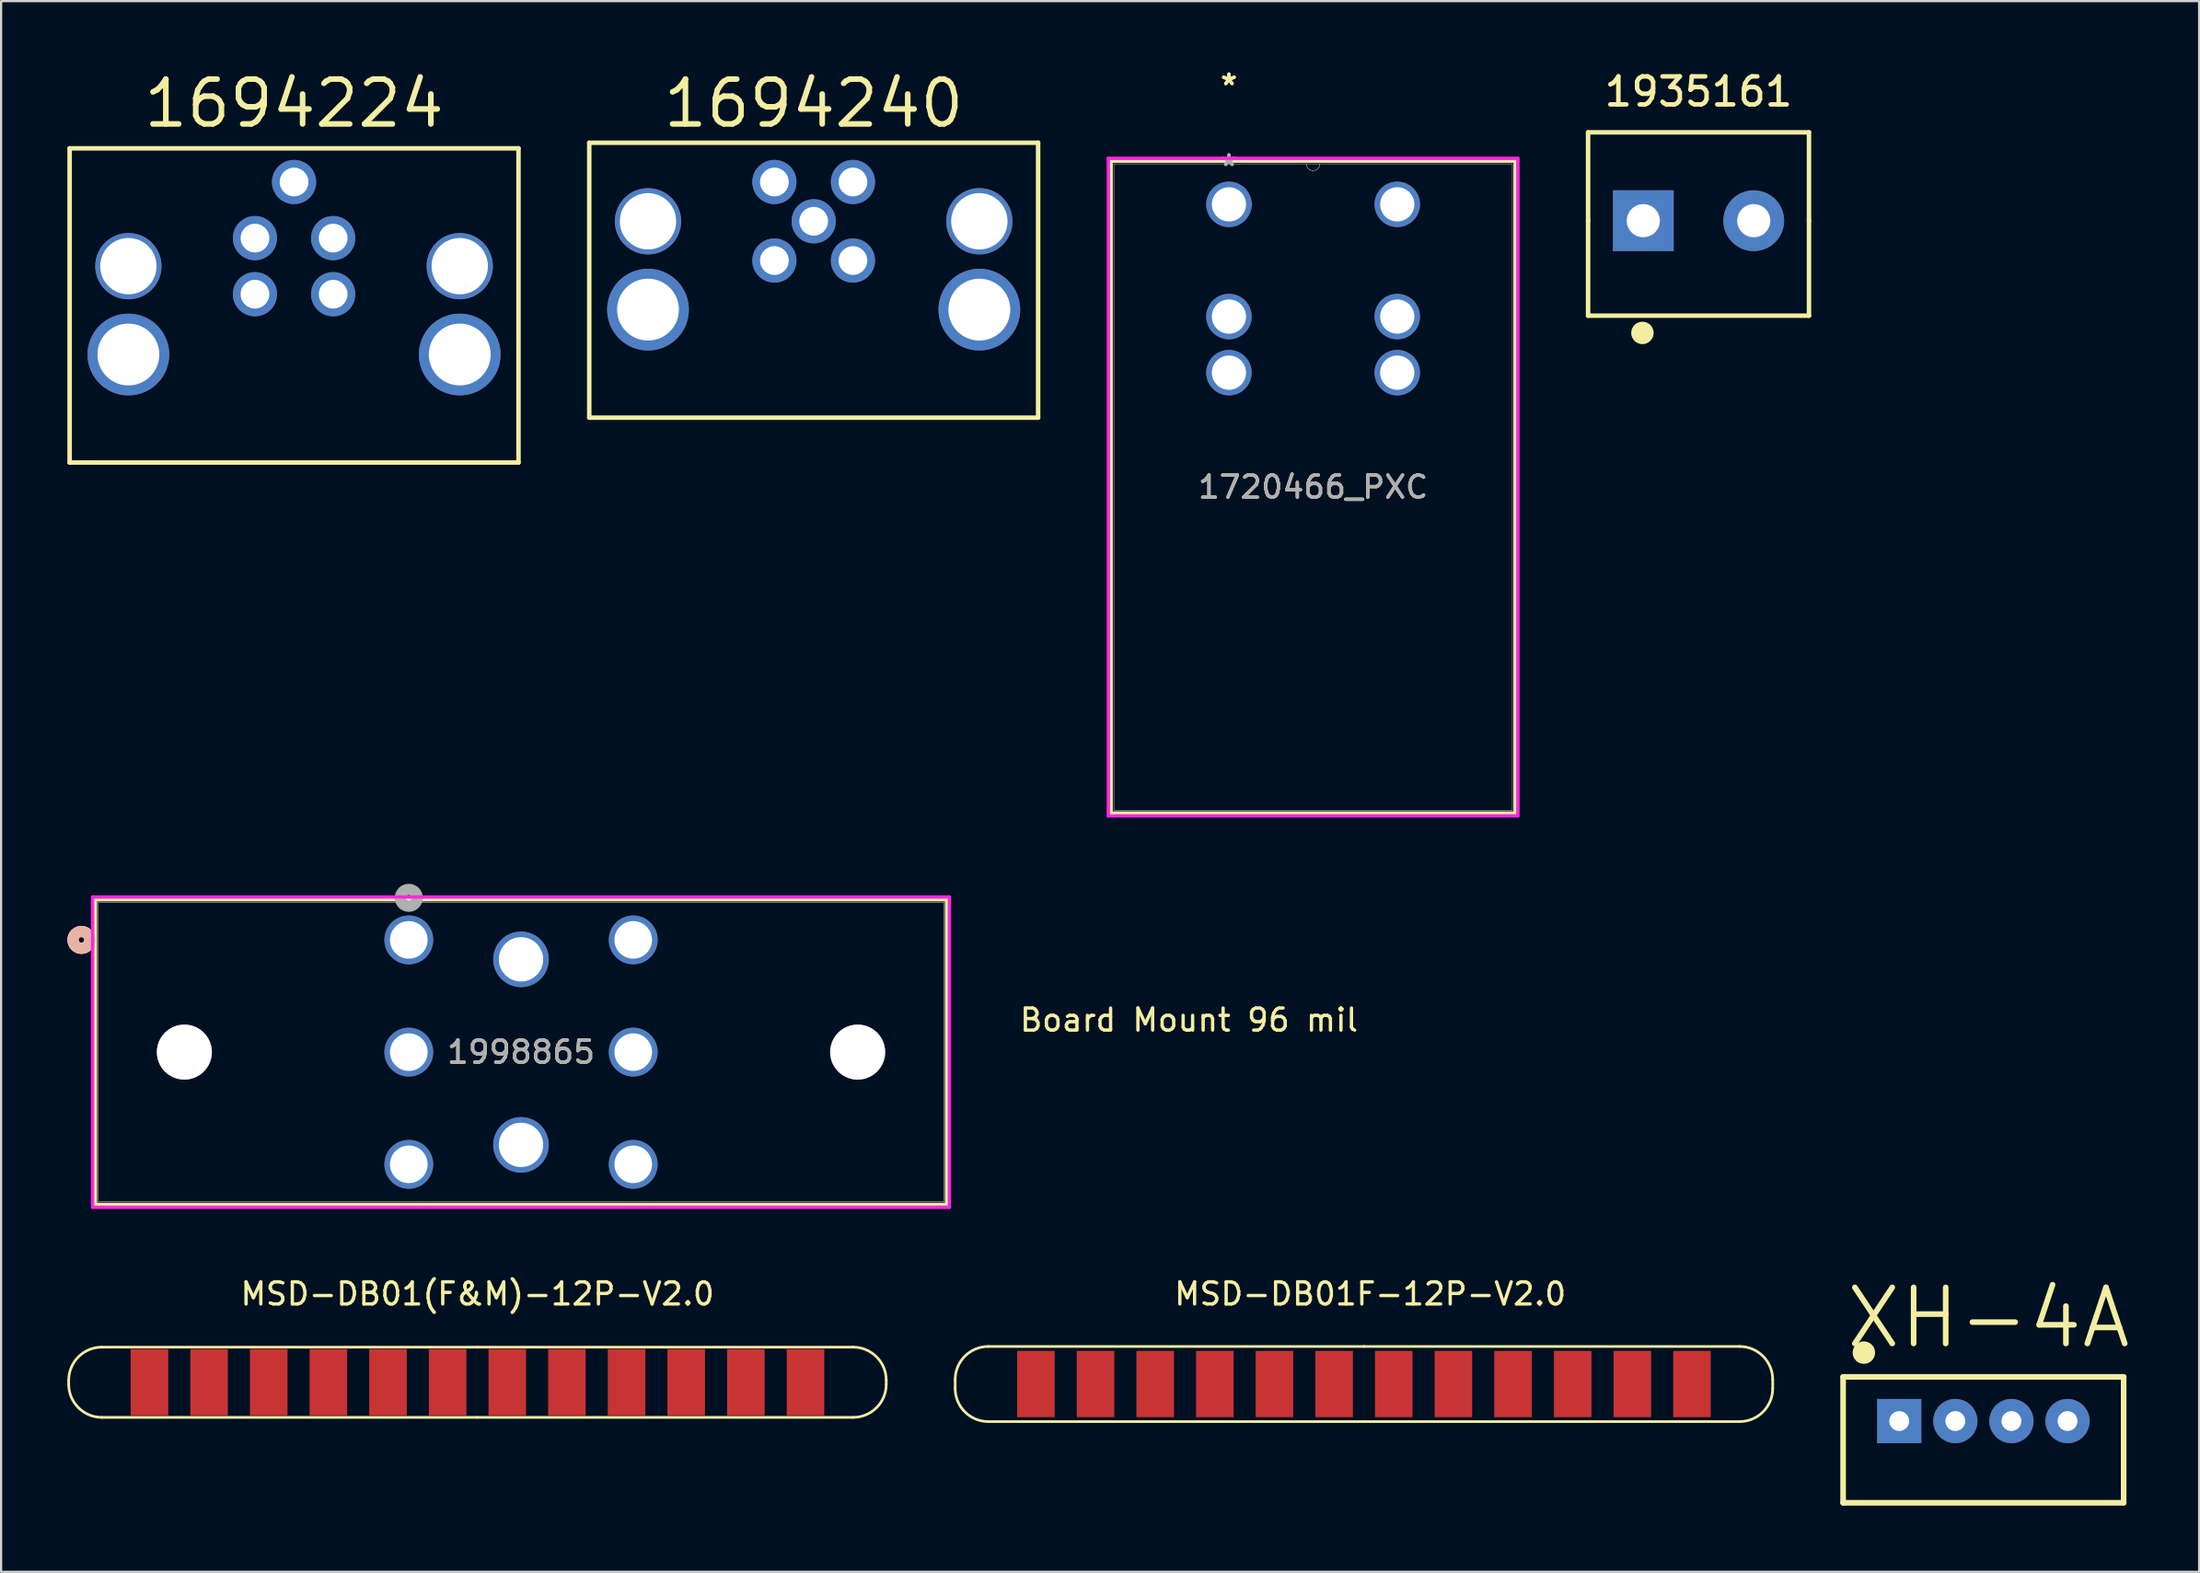
<source format=kicad_pcb>
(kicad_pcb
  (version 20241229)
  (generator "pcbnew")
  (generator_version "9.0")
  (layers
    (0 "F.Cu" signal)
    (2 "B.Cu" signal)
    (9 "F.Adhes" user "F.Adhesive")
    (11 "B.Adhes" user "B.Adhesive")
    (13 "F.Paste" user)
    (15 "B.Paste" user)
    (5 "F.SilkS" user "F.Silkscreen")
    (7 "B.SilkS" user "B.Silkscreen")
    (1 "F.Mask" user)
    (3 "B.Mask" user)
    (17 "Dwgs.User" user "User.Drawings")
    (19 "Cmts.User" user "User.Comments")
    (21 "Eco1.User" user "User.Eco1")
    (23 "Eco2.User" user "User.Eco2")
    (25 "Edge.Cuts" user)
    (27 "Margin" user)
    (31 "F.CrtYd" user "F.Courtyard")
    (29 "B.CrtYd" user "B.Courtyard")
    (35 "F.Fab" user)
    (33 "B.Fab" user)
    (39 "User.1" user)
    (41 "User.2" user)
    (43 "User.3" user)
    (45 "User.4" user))
  (footprint "1998865"
    (layer "F.Cu")
    (at 15.456 39.503)
    (property "Reference" "1998865" (at 5.08 5.08 0) (unlocked yes) (layer "F.SilkS") (effects (font (size 1 1) (thickness 0.15))))
    (attr through_hole)
    (fp_line (start -14.186 -1.816) (end -14.186 11.976) (stroke (width 0.152) (type solid)) (layer "F.SilkS"))
    (fp_line (start -14.186 11.976) (end 24.346 11.976) (stroke (width 0.152) (type solid)) (layer "F.SilkS"))
    (fp_line (start 24.346 -1.816) (end -14.186 -1.816) (stroke (width 0.152) (type solid)) (layer "F.SilkS"))
    (fp_line (start 24.346 11.976) (end 24.346 -1.816) (stroke (width 0.152) (type solid)) (layer "F.SilkS"))
    (fp_circle (center -14.821 0) (end -14.44 0) (stroke (width 0.508) (type solid)) (fill no) (layer "F.SilkS"))
    (fp_circle (center -14.821 0) (end -14.44 0) (stroke (width 0.508) (type solid)) (fill no) (layer "B.SilkS"))
    (fp_line (start -14.313 -1.943) (end -14.313 12.103) (stroke (width 0.152) (type solid)) (layer "F.CrtYd"))
    (fp_line (start -14.313 12.103) (end 24.473 12.103) (stroke (width 0.152) (type solid)) (layer "F.CrtYd"))
    (fp_line (start 24.473 -1.943) (end -14.313 -1.943) (stroke (width 0.152) (type solid)) (layer "F.CrtYd"))
    (fp_line (start 24.473 12.103) (end 24.473 -1.943) (stroke (width 0.152) (type solid)) (layer "F.CrtYd"))
    (fp_line (start -14.059 -1.689) (end -14.059 11.849) (stroke (width 0.025) (type solid)) (layer "F.Fab"))
    (fp_line (start -14.059 11.849) (end 24.219 11.849) (stroke (width 0.025) (type solid)) (layer "F.Fab"))
    (fp_line (start 24.219 -1.689) (end -14.059 -1.689) (stroke (width 0.025) (type solid)) (layer "F.Fab"))
    (fp_line (start 24.219 11.849) (end 24.219 -1.689) (stroke (width 0.025) (type solid)) (layer "F.Fab"))
    (fp_circle (center 0 -1.905) (end 0.381 -1.905) (stroke (width 0.508) (type solid)) (fill no) (layer "F.Fab"))
    (fp_text user "${REFERENCE}" (at 5.08 5.08 0) (unlocked yes) (layer "F.Fab") (effects (font (size 1 1) (thickness 0.15))))
    (pad "1" thru_hole circle (at 0 0) (size 2.21 2.21) (drill 1.702) (layers "*.Cu" "*.Mask"))
    (pad "2" thru_hole circle (at 0 5.08) (size 2.21 2.21) (drill 1.702) (layers "*.Cu" "*.Mask"))
    (pad "3" thru_hole circle (at 0 10.16) (size 2.21 2.21) (drill 1.702) (layers "*.Cu" "*.Mask"))
    (pad "4" thru_hole circle (at 10.16 0) (size 2.21 2.21) (drill 1.702) (layers "*.Cu" "*.Mask"))
    (pad "5" thru_hole circle (at 10.16 5.08) (size 2.21 2.21) (drill 1.702) (layers "*.Cu" "*.Mask"))
    (pad "6" thru_hole circle (at 10.16 10.16) (size 2.21 2.21) (drill 1.702) (layers "*.Cu" "*.Mask"))
    (pad "7" thru_hole circle (at -10.16 5.08) (size 2.489 2.489) (drill 2.489) (layers "*.Cu" "*.Mask"))
    (pad "8" thru_hole circle (at 20.32 5.08) (size 2.489 2.489) (drill 2.489) (layers "*.Cu" "*.Mask"))
    (pad "9" thru_hole circle (at 5.08 0.88) (size 2.515 2.515) (drill 2.007) (layers "*.Cu" "*.Mask"))
    (pad "10" thru_hole circle (at 5.08 9.28) (size 2.515 2.515) (drill 2.007) (layers "*.Cu" "*.Mask")))
  (footprint "1720466_PXC"
    (layer "F.Cu")
    (at 52.584 6.202)
    (property "Reference" "1720466_PXC" (at 3.81 12.8 0) (unlocked yes) (layer "F.SilkS") (effects (font (size 1 1) (thickness 0.15))))
    (attr through_hole)
    (fp_line (start -5.334 -1.957) (end -5.334 27.558) (stroke (width 0.152) (type solid)) (layer "F.SilkS"))
    (fp_line (start -5.334 27.558) (end 12.954 27.558) (stroke (width 0.152) (type solid)) (layer "F.SilkS"))
    (fp_line (start 12.954 -1.957) (end -5.334 -1.957) (stroke (width 0.152) (type solid)) (layer "F.SilkS"))
    (fp_line (start 12.954 27.558) (end 12.954 -1.957) (stroke (width 0.152) (type solid)) (layer "F.SilkS"))
    (fp_line (start -5.461 -2.084) (end 13.081 -2.084) (stroke (width 0.152) (type solid)) (layer "F.CrtYd"))
    (fp_line (start -5.461 27.685) (end -5.461 -2.084) (stroke (width 0.152) (type solid)) (layer "F.CrtYd"))
    (fp_line (start 13.081 -2.084) (end 13.081 27.685) (stroke (width 0.152) (type solid)) (layer "F.CrtYd"))
    (fp_line (start 13.081 27.685) (end -5.461 27.685) (stroke (width 0.152) (type solid)) (layer "F.CrtYd"))
    (fp_line (start -5.207 -1.83) (end -5.207 27.431) (stroke (width 0.025) (type solid)) (layer "F.Fab"))
    (fp_line (start -5.207 27.431) (end 12.827 27.431) (stroke (width 0.025) (type solid)) (layer "F.Fab"))
    (fp_line (start 12.827 -1.83) (end -5.207 -1.83) (stroke (width 0.025) (type solid)) (layer "F.Fab"))
    (fp_line (start 12.827 27.431) (end 12.827 -1.83) (stroke (width 0.025) (type solid)) (layer "F.Fab"))
    (fp_arc (start 4.1148 -1.83) (mid 3.81 -1.5252) (end 3.5052 -1.83) (stroke (width 0.0254) (type solid)) (layer "F.Fab"))
    (fp_circle (center 1.029 0) (end 1.029 0) (stroke (width 0.025) (type solid)) (fill no) (layer "F.Fab"))
    (fp_text user "*" (at 0 -5.353 0) (layer "F.SilkS") (effects (font (size 1 1) (thickness 0.15))))
    (fp_text user "*" (at 0 -5.353 0) (unlocked yes) (layer "F.SilkS") (effects (font (size 1 1) (thickness 0.15))))
    (fp_text user "*" (at 0 -1.693 0) (layer "F.Fab") (effects (font (size 1 1) (thickness 0.15))))
    (fp_text user "${REFERENCE}" (at 3.81 12.8 0) (unlocked yes) (layer "F.Fab") (effects (font (size 1 1) (thickness 0.15))))
    (fp_text user "*" (at 0 -1.693 0) (unlocked yes) (layer "F.Fab") (effects (font (size 1 1) (thickness 0.15))))
    (pad "1" thru_hole circle (at 0 -0.000001) (size 2.057 2.057) (drill 1.549) (layers "*.Cu" "*.Mask"))
    (pad "2" thru_hole circle (at 0 5.08) (size 2.057 2.057) (drill 1.549) (layers "*.Cu" "*.Mask"))
    (pad "3" thru_hole circle (at 0 7.62) (size 2.057 2.057) (drill 1.549) (layers "*.Cu" "*.Mask"))
    (pad "4" thru_hole circle (at 7.62 7.62) (size 2.057 2.057) (drill 1.549) (layers "*.Cu" "*.Mask"))
    (pad "5" thru_hole circle (at 7.62 5.08) (size 2.057 2.057) (drill 1.549) (layers "*.Cu" "*.Mask"))
    (pad "6" thru_hole circle (at 7.62 -0.000001) (size 2.057 2.057) (drill 1.549) (layers "*.Cu" "*.Mask")))
  (footprint "Board Mount 96 mil"
    (layer "F.Cu")
    (at 50.663 45.121)
    (property "Reference" "Board Mount 96 mil" (at 0.11 -1.99 0) (unlocked yes) (layer "F.SilkS") (effects (font (size 1 1) (thickness 0.15))))
    (attr through_hole)
    (pad "" np_thru_hole circle (at -0.06 -5.72) (size 0.001 0.001) (drill 4.877) (layers "*.Cu" "*.Mask")))
  (footprint "1935161"
    (layer "F.Cu")
    (at 73.842 6.942)
    (property "Reference" "1935161" (at 0 -5.842 0) (layer "F.SilkS") (effects (font (size 1.27 1.27) (thickness 0.203))))
    (attr through_hole)
    (fp_line (start -5 -4) (end -5 0) (stroke (width 0.203) (type solid)) (layer "F.SilkS"))
    (fp_line (start -5 0) (end -5 4.3) (stroke (width 0.203) (type solid)) (layer "F.SilkS"))
    (fp_line (start -5 4.3) (end 5 4.3) (stroke (width 0.203) (type solid)) (layer "F.SilkS"))
    (fp_line (start 5 -4) (end -5 -4) (stroke (width 0.203) (type solid)) (layer "F.SilkS"))
    (fp_line (start 5 0) (end 5 -4) (stroke (width 0.203) (type solid)) (layer "F.SilkS"))
    (fp_line (start 5 4.3) (end 5 0) (stroke (width 0.203) (type solid)) (layer "F.SilkS"))
    (fp_circle (center -2.54 5.08) (end -2.286 5.08) (stroke (width 0.508) (type solid)) (fill no) (layer "F.SilkS"))
    (pad "1" thru_hole rect (at -2.5 0) (size 2.75 2.75) (drill 1.5) (layers "*.Cu" "*.Mask"))
    (pad "2" thru_hole circle (at 2.5 0) (size 2.75 2.75) (drill 1.5) (layers "*.Cu" "*.Mask")))
  (footprint "MSD-DB01(F&M)-12P-V2.0"
    (layer "F.Cu")
    (at 3.715 59.53)
    (property "Reference" "MSD-DB01(F&M)-12P-V2.0" (at 14.85 -4 0) (unlocked yes) (layer "F.SilkS") (effects (font (size 1 1) (thickness 0.15))))
    (attr through_hole)
    (fp_line (start -3.655 0.09) (end -3.655 -0.09) (stroke (width 0.12) (type default)) (layer "F.SilkS"))
    (fp_line (start -2.155 -1.59) (end 14.85 -1.59) (stroke (width 0.12) (type default)) (layer "F.SilkS"))
    (fp_line (start -2.155 1.59) (end 14.85 1.59) (stroke (width 0.12) (type default)) (layer "F.SilkS"))
    (fp_line (start 14.85 -1.59) (end 31.855 -1.59) (stroke (width 0.12) (type default)) (layer "F.SilkS"))
    (fp_line (start 14.85 1.59) (end 31.855 1.59) (stroke (width 0.12) (type default)) (layer "F.SilkS"))
    (fp_line (start 33.355 0.09) (end 33.355 -0.09) (stroke (width 0.12) (type default)) (layer "F.SilkS"))
    (fp_arc (start -3.655 -0.09) (mid -3.21566 -1.15066) (end -2.155 -1.59) (stroke (width 0.12) (type default)) (layer "F.SilkS"))
    (fp_arc (start -2.155 1.59) (mid -3.21566 1.15066) (end -3.655 0.09) (stroke (width 0.12) (type default)) (layer "F.SilkS"))
    (fp_arc (start 31.855 -1.59) (mid 32.91566 -1.15066) (end 33.355 -0.09) (stroke (width 0.12) (type default)) (layer "F.SilkS"))
    (fp_arc (start 33.355 0.09) (mid 32.91566 1.15066) (end 31.855 1.59) (stroke (width 0.12) (type default)) (layer "F.SilkS"))
    (pad "1" smd rect (at 0 0) (size 1.7 3) (layers "F.Cu" "F.Mask" "F.Paste"))
    (pad "2" smd rect (at 2.7 0) (size 1.7 3) (layers "F.Cu" "F.Mask" "F.Paste"))
    (pad "3" smd rect (at 5.4 0) (size 1.7 3) (layers "F.Cu" "F.Mask" "F.Paste"))
    (pad "4" smd rect (at 8.1 0) (size 1.7 3) (layers "F.Cu" "F.Mask" "F.Paste"))
    (pad "5" smd rect (at 10.8 0) (size 1.7 3) (layers "F.Cu" "F.Mask" "F.Paste"))
    (pad "6" smd rect (at 13.5 0) (size 1.7 3) (layers "F.Cu" "F.Mask" "F.Paste"))
    (pad "7" smd rect (at 16.2 0) (size 1.7 3) (layers "F.Cu" "F.Mask" "F.Paste"))
    (pad "8" smd rect (at 18.9 0) (size 1.7 3) (layers "F.Cu" "F.Mask" "F.Paste"))
    (pad "9" smd rect (at 21.6 0) (size 1.7 3) (layers "F.Cu" "F.Mask" "F.Paste"))
    (pad "10" smd rect (at 24.3 0) (size 1.7 3) (layers "F.Cu" "F.Mask" "F.Paste"))
    (pad "11" smd rect (at 27 0) (size 1.7 3) (layers "F.Cu" "F.Mask" "F.Paste"))
    (pad "12" smd rect (at 29.7 0) (size 1.7 3) (layers "F.Cu" "F.Mask" "F.Paste")))
  (footprint "1694224"
    (layer "F.Cu")
    (at 10.262 9)
    (property "Reference" "1694224" (at 0 -7.366 0) (layer "F.SilkS") (effects (font (size 2.032 2.032) (thickness 0.254))))
    (attr through_hole)
    (fp_line (start -10.16 -5.334) (end -10.16 8.89) (stroke (width 0.203) (type solid)) (layer "F.SilkS"))
    (fp_line (start -10.16 8.89) (end 10.16 8.89) (stroke (width 0.203) (type solid)) (layer "F.SilkS"))
    (fp_line (start 10.16 -5.334) (end -10.16 -5.334) (stroke (width 0.203) (type solid)) (layer "F.SilkS"))
    (fp_line (start 10.16 -5.334) (end 10.16 8.89) (stroke (width 0.203) (type solid)) (layer "F.SilkS"))
    (pad "" thru_hole circle (at -7.5 0) (size 3 3) (drill 2.55) (layers "*.Cu" "*.Mask"))
    (pad "" thru_hole circle (at -7.5 4) (size 3.7 3.7) (drill 2.8) (layers "*.Cu" "*.Mask"))
    (pad "" thru_hole circle (at 7.5 0) (size 3 3) (drill 2.55) (layers "*.Cu" "*.Mask"))
    (pad "" thru_hole circle (at 7.5 4) (size 3.7 3.7) (drill 2.8) (layers "*.Cu" "*.Mask"))
    (pad "1" thru_hole circle (at 1.77 -1.27) (size 2 2) (drill 1.3) (layers "*.Cu" "*.Mask"))
    (pad "2" thru_hole circle (at -1.77 -1.27) (size 2 2) (drill 1.3) (layers "*.Cu" "*.Mask"))
    (pad "3" thru_hole circle (at -1.77 1.27) (size 2 2) (drill 1.3) (layers "*.Cu" "*.Mask"))
    (pad "4" thru_hole circle (at 1.77 1.27) (size 2 2) (drill 1.3) (layers "*.Cu" "*.Mask"))
    (pad "5" thru_hole circle (at 0 -3.81) (size 2 2) (drill 1.3) (layers "*.Cu" "*.Mask")))
  (footprint "MSD-DB01F-12P-V2.0"
    (layer "F.Cu")
    (at 43.845 59.61)
    (property "Reference" "MSD-DB01F-12P-V2.0" (at 15.136 -4.08 0) (unlocked yes) (layer "F.SilkS") (effects (font (size 1 1) (thickness 0.15))))
    (attr through_hole)
    (fp_line (start -3.655 0.2) (end -3.655 -0.2) (stroke (width 0.12) (type default)) (layer "F.SilkS"))
    (fp_line (start -2.155 -1.7) (end 14.85 -1.7) (stroke (width 0.12) (type default)) (layer "F.SilkS"))
    (fp_line (start -2.155 1.7) (end 14.85 1.7) (stroke (width 0.12) (type default)) (layer "F.SilkS"))
    (fp_line (start 14.85 -1.7) (end 31.855 -1.7) (stroke (width 0.12) (type default)) (layer "F.SilkS"))
    (fp_line (start 14.85 1.7) (end 31.855 1.7) (stroke (width 0.12) (type default)) (layer "F.SilkS"))
    (fp_line (start 33.355 0.2) (end 33.355 -0.2) (stroke (width 0.12) (type default)) (layer "F.SilkS"))
    (fp_arc (start -3.655 -0.2) (mid -3.21566 -1.26066) (end -2.155 -1.7) (stroke (width 0.12) (type default)) (layer "F.SilkS"))
    (fp_arc (start -2.155 1.7) (mid -3.21566 1.26066) (end -3.655 0.2) (stroke (width 0.12) (type default)) (layer "F.SilkS"))
    (fp_arc (start 31.855 -1.7) (mid 32.91566 -1.26066) (end 33.355 -0.2) (stroke (width 0.12) (type default)) (layer "F.SilkS"))
    (fp_arc (start 33.355 0.2) (mid 32.91566 1.26066) (end 31.855 1.7) (stroke (width 0.12) (type default)) (layer "F.SilkS"))
    (pad "1" smd rect (at 0 0) (size 1.7 3) (layers "F.Cu" "F.Mask" "F.Paste"))
    (pad "2" smd rect (at 2.7 0) (size 1.7 3) (layers "F.Cu" "F.Mask" "F.Paste"))
    (pad "3" smd rect (at 5.4 0) (size 1.7 3) (layers "F.Cu" "F.Mask" "F.Paste"))
    (pad "4" smd rect (at 8.1 0) (size 1.7 3) (layers "F.Cu" "F.Mask" "F.Paste"))
    (pad "5" smd rect (at 10.8 0) (size 1.7 3) (layers "F.Cu" "F.Mask" "F.Paste"))
    (pad "6" smd rect (at 13.5 0) (size 1.7 3) (layers "F.Cu" "F.Mask" "F.Paste"))
    (pad "7" smd rect (at 16.2 0) (size 1.7 3) (layers "F.Cu" "F.Mask" "F.Paste"))
    (pad "8" smd rect (at 18.9 0) (size 1.7 3) (layers "F.Cu" "F.Mask" "F.Paste"))
    (pad "9" smd rect (at 21.6 0) (size 1.7 3) (layers "F.Cu" "F.Mask" "F.Paste"))
    (pad "10" smd rect (at 24.3 0) (size 1.7 3) (layers "F.Cu" "F.Mask" "F.Paste"))
    (pad "11" smd rect (at 27 0) (size 1.7 3) (layers "F.Cu" "F.Mask" "F.Paste"))
    (pad "12" smd rect (at 29.7 0) (size 1.7 3) (layers "F.Cu" "F.Mask" "F.Paste")))
  (footprint "1694240"
    (layer "F.Cu")
    (at 33.785 6.968)
    (property "Reference" "1694240" (at 0 -5.334 0) (layer "F.SilkS") (effects (font (size 2.032 2.032) (thickness 0.254))))
    (attr through_hole)
    (fp_line (start -10.16 -3.556) (end -10.16 8.89) (stroke (width 0.203) (type solid)) (layer "F.SilkS"))
    (fp_line (start -10.16 8.89) (end 10.16 8.89) (stroke (width 0.203) (type solid)) (layer "F.SilkS"))
    (fp_line (start 10.16 -3.556) (end -10.16 -3.556) (stroke (width 0.203) (type solid)) (layer "F.SilkS"))
    (fp_line (start 10.16 -3.556) (end 10.16 8.89) (stroke (width 0.203) (type solid)) (layer "F.SilkS"))
    (pad "" thru_hole circle (at -7.5 0) (size 3 3) (drill 2.55) (layers "*.Cu" "*.Mask"))
    (pad "" thru_hole circle (at -7.5 4) (size 3.7 3.7) (drill 2.8) (layers "*.Cu" "*.Mask"))
    (pad "" thru_hole circle (at 7.5 0) (size 3 3) (drill 2.55) (layers "*.Cu" "*.Mask"))
    (pad "" thru_hole circle (at 7.5 4) (size 3.7 3.7) (drill 2.8) (layers "*.Cu" "*.Mask"))
    (pad "1" thru_hole circle (at -1.778 -1.778) (size 2 2) (drill 1.3) (layers "*.Cu" "*.Mask"))
    (pad "2" thru_hole circle (at 1.778 -1.778) (size 2 2) (drill 1.3) (layers "*.Cu" "*.Mask"))
    (pad "3" thru_hole circle (at 1.778 1.778) (size 2 2) (drill 1.3) (layers "*.Cu" "*.Mask"))
    (pad "4" thru_hole circle (at -1.778 1.778) (size 2 2) (drill 1.3) (layers "*.Cu" "*.Mask"))
    (pad "5" thru_hole circle (at 0 0) (size 2 2) (drill 1.3) (layers "*.Cu" "*.Mask")))
  (footprint "XH-4A"
    (layer "F.Cu")
    (at 82.927 61.287)
    (property "Reference" "XH-4A" (at 4.039 -4.674 0) (layer "F.SilkS") (effects (font (size 2.54 2.54) (thickness 0.254))))
    (attr through_hole)
    (fp_line (start -2.54 -2) (end -2.54 3.7) (stroke (width 0.254) (type solid)) (layer "F.SilkS"))
    (fp_line (start -2.54 3.7) (end 10.16 3.7) (stroke (width 0.254) (type solid)) (layer "F.SilkS"))
    (fp_line (start 10.16 -2) (end -2.54 -2) (stroke (width 0.254) (type solid)) (layer "F.SilkS"))
    (fp_line (start 10.16 3.7) (end 10.16 -2) (stroke (width 0.254) (type solid)) (layer "F.SilkS"))
    (fp_circle (center -1.6 -3.099) (end -1.346 -3.099) (stroke (width 0.508) (type solid)) (fill no) (layer "F.SilkS"))
    (pad "1" thru_hole rect (at 0 0) (size 2 2) (drill 0.9) (layers "*.Cu" "*.Mask"))
    (pad "2" thru_hole circle (at 2.54 0) (size 2 2) (drill 0.9) (layers "*.Cu" "*.Mask"))
    (pad "3" thru_hole circle (at 5.08 0) (size 2 2) (drill 0.9) (layers "*.Cu" "*.Mask"))
    (pad "4" thru_hole circle (at 7.62 0) (size 2 2) (drill 0.9) (layers "*.Cu" "*.Mask")))
  (gr_rect
    (start -3 -3)
    (end 96.503 68.114)
    (stroke (width 0.1) (type default))
    (fill no)
    (layer "Edge.Cuts")))
</source>
